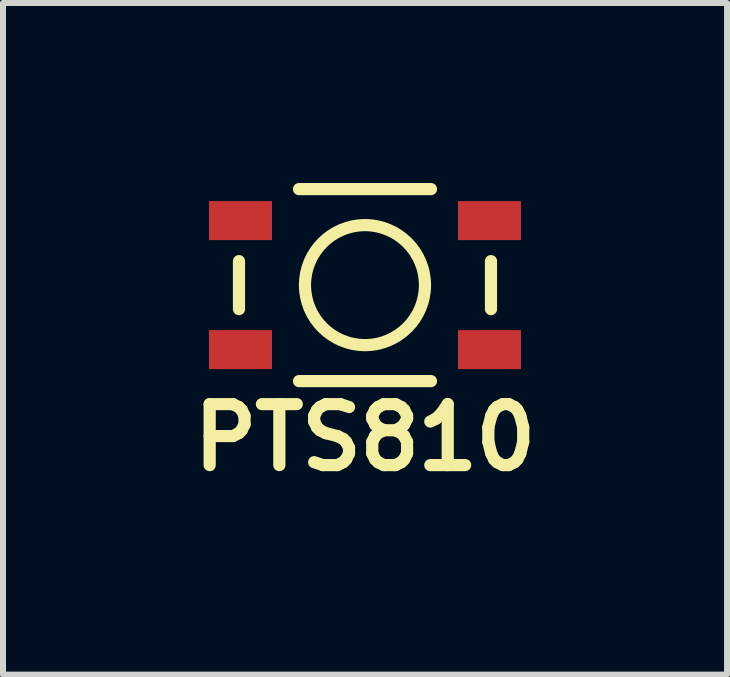
<source format=kicad_pcb>
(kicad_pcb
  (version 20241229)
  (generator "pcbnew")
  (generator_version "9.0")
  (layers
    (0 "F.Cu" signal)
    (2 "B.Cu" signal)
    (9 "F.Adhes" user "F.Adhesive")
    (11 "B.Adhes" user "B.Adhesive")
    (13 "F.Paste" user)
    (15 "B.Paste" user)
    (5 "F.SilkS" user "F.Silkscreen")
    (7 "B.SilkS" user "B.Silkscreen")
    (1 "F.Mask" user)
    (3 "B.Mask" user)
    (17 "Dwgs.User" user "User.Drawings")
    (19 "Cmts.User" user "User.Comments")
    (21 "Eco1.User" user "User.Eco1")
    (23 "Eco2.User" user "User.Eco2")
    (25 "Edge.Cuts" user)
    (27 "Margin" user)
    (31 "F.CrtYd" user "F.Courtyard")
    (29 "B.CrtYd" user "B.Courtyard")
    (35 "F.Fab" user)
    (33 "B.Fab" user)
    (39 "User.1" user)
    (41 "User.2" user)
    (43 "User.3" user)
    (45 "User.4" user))
  (footprint "PTS810"
    (layer "F.Cu")
    (at 3.033 1.702)
    (property "Reference" "PTS810" (at 0 2.54 0) (layer "F.SilkS") (effects (font (size 1.016 1.016) (thickness 0.203))))
    (attr through_hole)
    (fp_line (start -2.1 0.4) (end -2.1 -0.4) (stroke (width 0.203) (type solid)) (layer "F.SilkS"))
    (fp_line (start -1.1 -1.6) (end 1.1 -1.6) (stroke (width 0.203) (type solid)) (layer "F.SilkS"))
    (fp_line (start 1.1 1.6) (end -1.1 1.6) (stroke (width 0.203) (type solid)) (layer "F.SilkS"))
    (fp_line (start 2.1 -0.4) (end 2.1 0.4) (stroke (width 0.203) (type solid)) (layer "F.SilkS"))
    (fp_circle (center 0 0) (end 1 0) (stroke (width 0.203) (type solid)) (fill no) (layer "F.SilkS"))
    (pad "1" smd rect (at -2.075 -1.075) (size 1.05 0.65) (layers "F.Cu" "F.Mask" "F.Paste"))
    (pad "2" smd rect (at 2.075 -1.075) (size 1.05 0.65) (layers "F.Cu" "F.Mask" "F.Paste"))
    (pad "3" smd rect (at -2.075 1.075) (size 1.05 0.65) (layers "F.Cu" "F.Mask" "F.Paste"))
    (pad "4" smd rect (at 2.075 1.075) (size 1.05 0.65) (layers "F.Cu" "F.Mask" "F.Paste")))
  (gr_rect
    (start -3 -3)
    (end 9.067 8.193)
    (stroke (width 0.1) (type default))
    (fill no)
    (layer "Edge.Cuts")))
</source>
